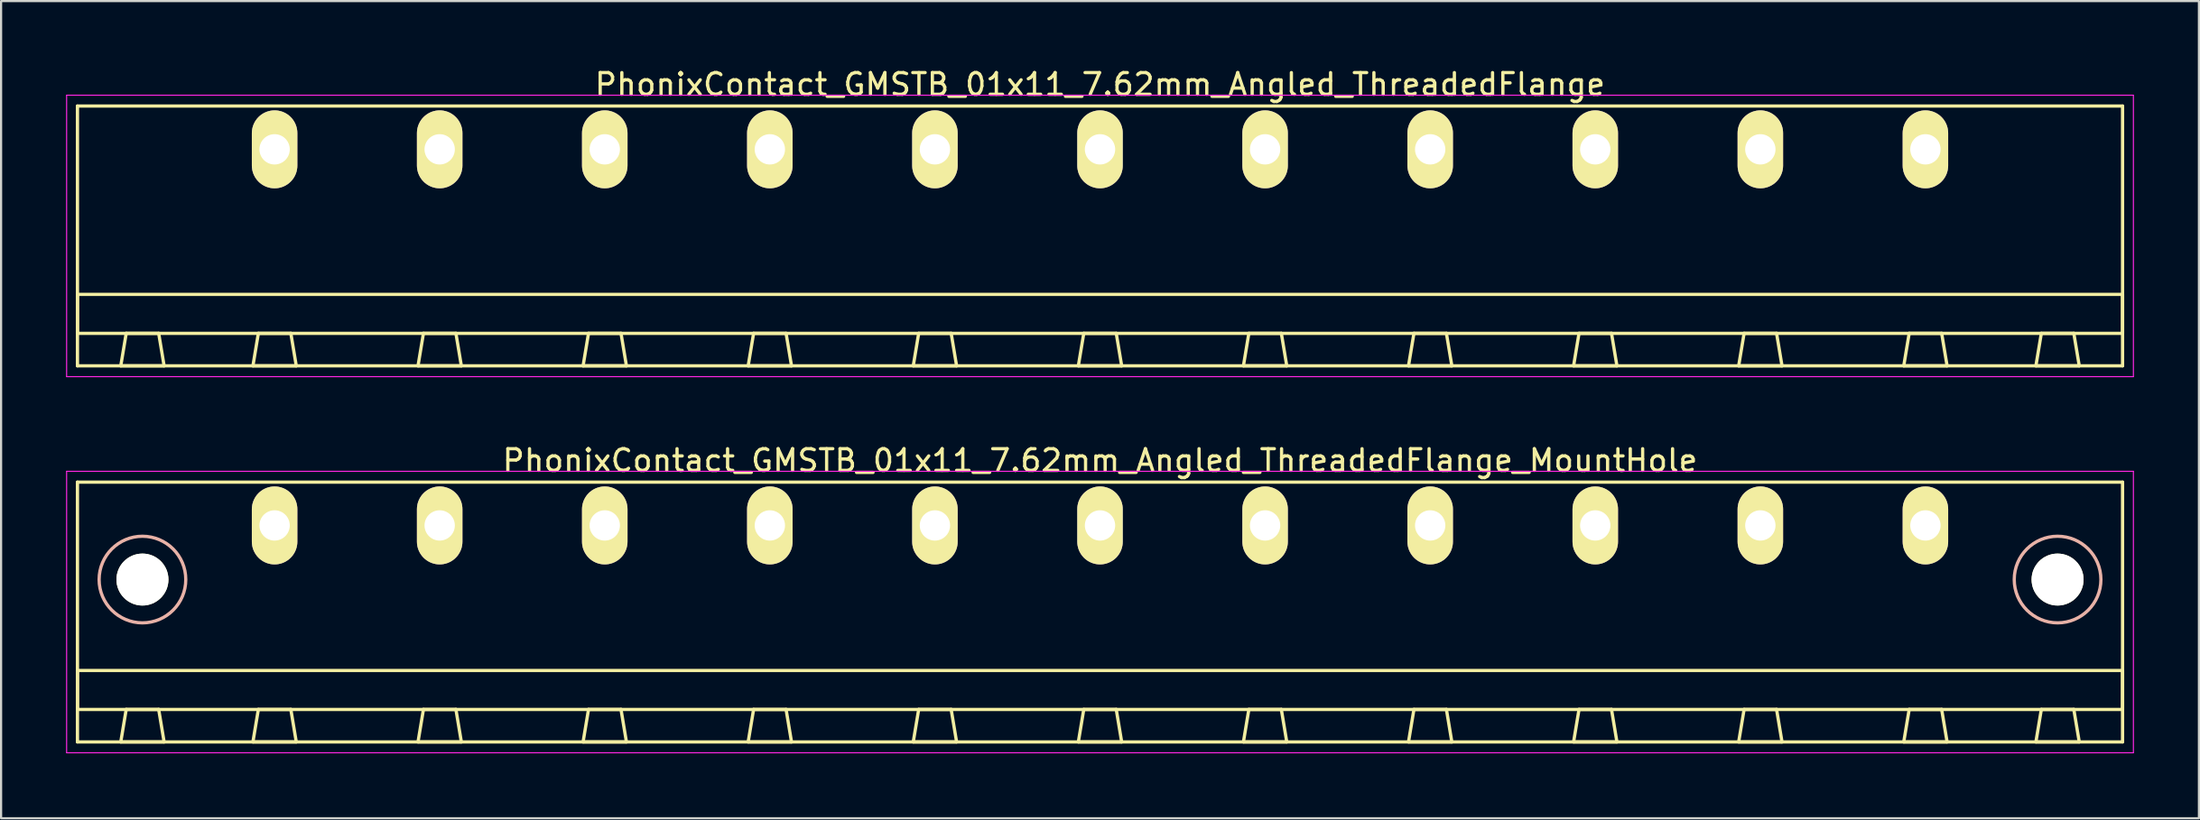
<source format=kicad_pcb>
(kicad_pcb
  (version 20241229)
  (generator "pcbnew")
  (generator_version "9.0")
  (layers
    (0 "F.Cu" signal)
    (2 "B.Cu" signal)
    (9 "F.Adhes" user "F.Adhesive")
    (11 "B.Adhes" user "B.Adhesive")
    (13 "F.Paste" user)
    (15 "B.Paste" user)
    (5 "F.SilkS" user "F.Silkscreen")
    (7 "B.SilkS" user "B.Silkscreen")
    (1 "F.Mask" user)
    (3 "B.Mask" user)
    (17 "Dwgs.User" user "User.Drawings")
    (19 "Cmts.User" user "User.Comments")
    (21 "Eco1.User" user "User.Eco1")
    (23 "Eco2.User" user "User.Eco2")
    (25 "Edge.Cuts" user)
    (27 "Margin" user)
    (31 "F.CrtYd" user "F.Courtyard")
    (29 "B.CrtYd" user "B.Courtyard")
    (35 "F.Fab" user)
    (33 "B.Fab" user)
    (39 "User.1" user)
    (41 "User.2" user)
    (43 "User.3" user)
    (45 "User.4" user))
  (footprint "PhonixContact_GMSTB_01x11_7.62mm_Angled_ThreadedFlange_MountHole"
    (layer "F.Cu")
    (at 9.625 21.221)
    (property "Reference" "PhonixContact_GMSTB_01x11_7.62mm_Angled_ThreadedFlange_MountHole" (at 38.1 -3 0) (layer "F.SilkS") (effects (font (size 1 1) (thickness 0.15))))
    (attr through_hole)
    (fp_line (start -9.1 -2) (end -9.1 10) (stroke (width 0.15) (type solid)) (layer "F.SilkS"))
    (fp_line (start -9.1 6.7) (end 85.3 6.7) (stroke (width 0.15) (type solid)) (layer "F.SilkS"))
    (fp_line (start -9.1 8.5) (end -9.1 6.7) (stroke (width 0.15) (type solid)) (layer "F.SilkS"))
    (fp_line (start -9.1 10) (end 85.3 10) (stroke (width 0.15) (type solid)) (layer "F.SilkS"))
    (fp_line (start -7.1 10) (end -5.1 10) (stroke (width 0.15) (type solid)) (layer "F.SilkS"))
    (fp_line (start -6.85 8.5) (end -7.1 10) (stroke (width 0.15) (type solid)) (layer "F.SilkS"))
    (fp_line (start -5.35 8.5) (end -6.85 8.5) (stroke (width 0.15) (type solid)) (layer "F.SilkS"))
    (fp_line (start -5.1 10) (end -5.35 8.5) (stroke (width 0.15) (type solid)) (layer "F.SilkS"))
    (fp_line (start -1 10) (end 1 10) (stroke (width 0.15) (type solid)) (layer "F.SilkS"))
    (fp_line (start -0.75 8.5) (end -1 10) (stroke (width 0.15) (type solid)) (layer "F.SilkS"))
    (fp_line (start 0.75 8.5) (end -0.75 8.5) (stroke (width 0.15) (type solid)) (layer "F.SilkS"))
    (fp_line (start 1 10) (end 0.75 8.5) (stroke (width 0.15) (type solid)) (layer "F.SilkS"))
    (fp_line (start 6.62 10) (end 8.62 10) (stroke (width 0.15) (type solid)) (layer "F.SilkS"))
    (fp_line (start 6.87 8.5) (end 6.62 10) (stroke (width 0.15) (type solid)) (layer "F.SilkS"))
    (fp_line (start 8.37 8.5) (end 6.87 8.5) (stroke (width 0.15) (type solid)) (layer "F.SilkS"))
    (fp_line (start 8.62 10) (end 8.37 8.5) (stroke (width 0.15) (type solid)) (layer "F.SilkS"))
    (fp_line (start 14.24 10) (end 16.24 10) (stroke (width 0.15) (type solid)) (layer "F.SilkS"))
    (fp_line (start 14.49 8.5) (end 14.24 10) (stroke (width 0.15) (type solid)) (layer "F.SilkS"))
    (fp_line (start 15.99 8.5) (end 14.49 8.5) (stroke (width 0.15) (type solid)) (layer "F.SilkS"))
    (fp_line (start 16.24 10) (end 15.99 8.5) (stroke (width 0.15) (type solid)) (layer "F.SilkS"))
    (fp_line (start 21.86 10) (end 23.86 10) (stroke (width 0.15) (type solid)) (layer "F.SilkS"))
    (fp_line (start 22.11 8.5) (end 21.86 10) (stroke (width 0.15) (type solid)) (layer "F.SilkS"))
    (fp_line (start 23.61 8.5) (end 22.11 8.5) (stroke (width 0.15) (type solid)) (layer "F.SilkS"))
    (fp_line (start 23.86 10) (end 23.61 8.5) (stroke (width 0.15) (type solid)) (layer "F.SilkS"))
    (fp_line (start 29.48 10) (end 31.48 10) (stroke (width 0.15) (type solid)) (layer "F.SilkS"))
    (fp_line (start 29.73 8.5) (end 29.48 10) (stroke (width 0.15) (type solid)) (layer "F.SilkS"))
    (fp_line (start 31.23 8.5) (end 29.73 8.5) (stroke (width 0.15) (type solid)) (layer "F.SilkS"))
    (fp_line (start 31.48 10) (end 31.23 8.5) (stroke (width 0.15) (type solid)) (layer "F.SilkS"))
    (fp_line (start 37.1 10) (end 39.1 10) (stroke (width 0.15) (type solid)) (layer "F.SilkS"))
    (fp_line (start 37.35 8.5) (end 37.1 10) (stroke (width 0.15) (type solid)) (layer "F.SilkS"))
    (fp_line (start 38.85 8.5) (end 37.35 8.5) (stroke (width 0.15) (type solid)) (layer "F.SilkS"))
    (fp_line (start 39.1 10) (end 38.85 8.5) (stroke (width 0.15) (type solid)) (layer "F.SilkS"))
    (fp_line (start 44.72 10) (end 46.72 10) (stroke (width 0.15) (type solid)) (layer "F.SilkS"))
    (fp_line (start 44.97 8.5) (end 44.72 10) (stroke (width 0.15) (type solid)) (layer "F.SilkS"))
    (fp_line (start 46.47 8.5) (end 44.97 8.5) (stroke (width 0.15) (type solid)) (layer "F.SilkS"))
    (fp_line (start 46.72 10) (end 46.47 8.5) (stroke (width 0.15) (type solid)) (layer "F.SilkS"))
    (fp_line (start 52.34 10) (end 54.34 10) (stroke (width 0.15) (type solid)) (layer "F.SilkS"))
    (fp_line (start 52.59 8.5) (end 52.34 10) (stroke (width 0.15) (type solid)) (layer "F.SilkS"))
    (fp_line (start 54.09 8.5) (end 52.59 8.5) (stroke (width 0.15) (type solid)) (layer "F.SilkS"))
    (fp_line (start 54.34 10) (end 54.09 8.5) (stroke (width 0.15) (type solid)) (layer "F.SilkS"))
    (fp_line (start 59.96 10) (end 61.96 10) (stroke (width 0.15) (type solid)) (layer "F.SilkS"))
    (fp_line (start 60.21 8.5) (end 59.96 10) (stroke (width 0.15) (type solid)) (layer "F.SilkS"))
    (fp_line (start 61.71 8.5) (end 60.21 8.5) (stroke (width 0.15) (type solid)) (layer "F.SilkS"))
    (fp_line (start 61.96 10) (end 61.71 8.5) (stroke (width 0.15) (type solid)) (layer "F.SilkS"))
    (fp_line (start 67.58 10) (end 69.58 10) (stroke (width 0.15) (type solid)) (layer "F.SilkS"))
    (fp_line (start 67.83 8.5) (end 67.58 10) (stroke (width 0.15) (type solid)) (layer "F.SilkS"))
    (fp_line (start 69.33 8.5) (end 67.83 8.5) (stroke (width 0.15) (type solid)) (layer "F.SilkS"))
    (fp_line (start 69.58 10) (end 69.33 8.5) (stroke (width 0.15) (type solid)) (layer "F.SilkS"))
    (fp_line (start 75.2 10) (end 77.2 10) (stroke (width 0.15) (type solid)) (layer "F.SilkS"))
    (fp_line (start 75.45 8.5) (end 75.2 10) (stroke (width 0.15) (type solid)) (layer "F.SilkS"))
    (fp_line (start 76.95 8.5) (end 75.45 8.5) (stroke (width 0.15) (type solid)) (layer "F.SilkS"))
    (fp_line (start 77.2 10) (end 76.95 8.5) (stroke (width 0.15) (type solid)) (layer "F.SilkS"))
    (fp_line (start 81.3 10) (end 83.3 10) (stroke (width 0.15) (type solid)) (layer "F.SilkS"))
    (fp_line (start 81.55 8.5) (end 81.3 10) (stroke (width 0.15) (type solid)) (layer "F.SilkS"))
    (fp_line (start 83.05 8.5) (end 81.55 8.5) (stroke (width 0.15) (type solid)) (layer "F.SilkS"))
    (fp_line (start 83.3 10) (end 83.05 8.5) (stroke (width 0.15) (type solid)) (layer "F.SilkS"))
    (fp_line (start 85.3 -2) (end -9.1 -2) (stroke (width 0.15) (type solid)) (layer "F.SilkS"))
    (fp_line (start 85.3 6.7) (end 85.3 8.5) (stroke (width 0.15) (type solid)) (layer "F.SilkS"))
    (fp_line (start 85.3 8.5) (end -9.1 8.5) (stroke (width 0.15) (type solid)) (layer "F.SilkS"))
    (fp_line (start 85.3 10) (end 85.3 -2) (stroke (width 0.15) (type solid)) (layer "F.SilkS"))
    (fp_circle (center -6.1 2.5) (end -4.1 2.5) (stroke (width 0.15) (type solid)) (fill no) (layer "B.SilkS"))
    (fp_circle (center 82.3 2.5) (end 84.3 2.5) (stroke (width 0.15) (type solid)) (fill no) (layer "B.SilkS"))
    (fp_line (start -9.6 -2.5) (end -9.6 10.5) (stroke (width 0.05) (type solid)) (layer "F.CrtYd"))
    (fp_line (start -9.6 10.5) (end 85.8 10.5) (stroke (width 0.05) (type solid)) (layer "F.CrtYd"))
    (fp_line (start 85.8 -2.5) (end -9.6 -2.5) (stroke (width 0.05) (type solid)) (layer "F.CrtYd"))
    (fp_line (start 85.8 10.5) (end 85.8 -2.5) (stroke (width 0.05) (type solid)) (layer "F.CrtYd"))
    (pad "" np_thru_hole circle (at -6.1 2.5) (size 2.4 2.4) (drill 2.4) (layers "*.Cu" "*.Mask" "F.SilkS"))
    (pad "" np_thru_hole circle (at 82.3 2.5) (size 2.4 2.4) (drill 2.4) (layers "*.Cu" "*.Mask" "F.SilkS"))
    (pad "1" thru_hole oval (at 0 0) (size 2.1 3.6) (drill 1.4) (layers "*.Cu" "*.Mask" "F.SilkS"))
    (pad "2" thru_hole oval (at 7.62 0) (size 2.1 3.6) (drill 1.4) (layers "*.Cu" "*.Mask" "F.SilkS"))
    (pad "3" thru_hole oval (at 15.24 0) (size 2.1 3.6) (drill 1.4) (layers "*.Cu" "*.Mask" "F.SilkS"))
    (pad "4" thru_hole oval (at 22.86 0) (size 2.1 3.6) (drill 1.4) (layers "*.Cu" "*.Mask" "F.SilkS"))
    (pad "5" thru_hole oval (at 30.48 0) (size 2.1 3.6) (drill 1.4) (layers "*.Cu" "*.Mask" "F.SilkS"))
    (pad "6" thru_hole oval (at 38.1 0) (size 2.1 3.6) (drill 1.4) (layers "*.Cu" "*.Mask" "F.SilkS"))
    (pad "7" thru_hole oval (at 45.72 0) (size 2.1 3.6) (drill 1.4) (layers "*.Cu" "*.Mask" "F.SilkS"))
    (pad "8" thru_hole oval (at 53.34 0) (size 2.1 3.6) (drill 1.4) (layers "*.Cu" "*.Mask" "F.SilkS"))
    (pad "9" thru_hole oval (at 60.96 0) (size 2.1 3.6) (drill 1.4) (layers "*.Cu" "*.Mask" "F.SilkS"))
    (pad "10" thru_hole oval (at 68.58 0) (size 2.1 3.6) (drill 1.4) (layers "*.Cu" "*.Mask" "F.SilkS"))
    (pad "11" thru_hole oval (at 76.2 0) (size 2.1 3.6) (drill 1.4) (layers "*.Cu" "*.Mask" "F.SilkS")))
  (footprint "PhonixContact_GMSTB_01x11_7.62mm_Angled_ThreadedFlange"
    (layer "F.Cu")
    (at 9.625 3.848)
    (property "Reference" "PhonixContact_GMSTB_01x11_7.62mm_Angled_ThreadedFlange" (at 38.1 -3 0) (layer "F.SilkS") (effects (font (size 1 1) (thickness 0.15))))
    (attr through_hole)
    (fp_line (start -9.1 -2) (end -9.1 10) (stroke (width 0.15) (type solid)) (layer "F.SilkS"))
    (fp_line (start -9.1 6.7) (end 85.3 6.7) (stroke (width 0.15) (type solid)) (layer "F.SilkS"))
    (fp_line (start -9.1 8.5) (end -9.1 6.7) (stroke (width 0.15) (type solid)) (layer "F.SilkS"))
    (fp_line (start -9.1 10) (end 85.3 10) (stroke (width 0.15) (type solid)) (layer "F.SilkS"))
    (fp_line (start -7.1 10) (end -5.1 10) (stroke (width 0.15) (type solid)) (layer "F.SilkS"))
    (fp_line (start -6.85 8.5) (end -7.1 10) (stroke (width 0.15) (type solid)) (layer "F.SilkS"))
    (fp_line (start -5.35 8.5) (end -6.85 8.5) (stroke (width 0.15) (type solid)) (layer "F.SilkS"))
    (fp_line (start -5.1 10) (end -5.35 8.5) (stroke (width 0.15) (type solid)) (layer "F.SilkS"))
    (fp_line (start -1 10) (end 1 10) (stroke (width 0.15) (type solid)) (layer "F.SilkS"))
    (fp_line (start -0.75 8.5) (end -1 10) (stroke (width 0.15) (type solid)) (layer "F.SilkS"))
    (fp_line (start 0.75 8.5) (end -0.75 8.5) (stroke (width 0.15) (type solid)) (layer "F.SilkS"))
    (fp_line (start 1 10) (end 0.75 8.5) (stroke (width 0.15) (type solid)) (layer "F.SilkS"))
    (fp_line (start 6.62 10) (end 8.62 10) (stroke (width 0.15) (type solid)) (layer "F.SilkS"))
    (fp_line (start 6.87 8.5) (end 6.62 10) (stroke (width 0.15) (type solid)) (layer "F.SilkS"))
    (fp_line (start 8.37 8.5) (end 6.87 8.5) (stroke (width 0.15) (type solid)) (layer "F.SilkS"))
    (fp_line (start 8.62 10) (end 8.37 8.5) (stroke (width 0.15) (type solid)) (layer "F.SilkS"))
    (fp_line (start 14.24 10) (end 16.24 10) (stroke (width 0.15) (type solid)) (layer "F.SilkS"))
    (fp_line (start 14.49 8.5) (end 14.24 10) (stroke (width 0.15) (type solid)) (layer "F.SilkS"))
    (fp_line (start 15.99 8.5) (end 14.49 8.5) (stroke (width 0.15) (type solid)) (layer "F.SilkS"))
    (fp_line (start 16.24 10) (end 15.99 8.5) (stroke (width 0.15) (type solid)) (layer "F.SilkS"))
    (fp_line (start 21.86 10) (end 23.86 10) (stroke (width 0.15) (type solid)) (layer "F.SilkS"))
    (fp_line (start 22.11 8.5) (end 21.86 10) (stroke (width 0.15) (type solid)) (layer "F.SilkS"))
    (fp_line (start 23.61 8.5) (end 22.11 8.5) (stroke (width 0.15) (type solid)) (layer "F.SilkS"))
    (fp_line (start 23.86 10) (end 23.61 8.5) (stroke (width 0.15) (type solid)) (layer "F.SilkS"))
    (fp_line (start 29.48 10) (end 31.48 10) (stroke (width 0.15) (type solid)) (layer "F.SilkS"))
    (fp_line (start 29.73 8.5) (end 29.48 10) (stroke (width 0.15) (type solid)) (layer "F.SilkS"))
    (fp_line (start 31.23 8.5) (end 29.73 8.5) (stroke (width 0.15) (type solid)) (layer "F.SilkS"))
    (fp_line (start 31.48 10) (end 31.23 8.5) (stroke (width 0.15) (type solid)) (layer "F.SilkS"))
    (fp_line (start 37.1 10) (end 39.1 10) (stroke (width 0.15) (type solid)) (layer "F.SilkS"))
    (fp_line (start 37.35 8.5) (end 37.1 10) (stroke (width 0.15) (type solid)) (layer "F.SilkS"))
    (fp_line (start 38.85 8.5) (end 37.35 8.5) (stroke (width 0.15) (type solid)) (layer "F.SilkS"))
    (fp_line (start 39.1 10) (end 38.85 8.5) (stroke (width 0.15) (type solid)) (layer "F.SilkS"))
    (fp_line (start 44.72 10) (end 46.72 10) (stroke (width 0.15) (type solid)) (layer "F.SilkS"))
    (fp_line (start 44.97 8.5) (end 44.72 10) (stroke (width 0.15) (type solid)) (layer "F.SilkS"))
    (fp_line (start 46.47 8.5) (end 44.97 8.5) (stroke (width 0.15) (type solid)) (layer "F.SilkS"))
    (fp_line (start 46.72 10) (end 46.47 8.5) (stroke (width 0.15) (type solid)) (layer "F.SilkS"))
    (fp_line (start 52.34 10) (end 54.34 10) (stroke (width 0.15) (type solid)) (layer "F.SilkS"))
    (fp_line (start 52.59 8.5) (end 52.34 10) (stroke (width 0.15) (type solid)) (layer "F.SilkS"))
    (fp_line (start 54.09 8.5) (end 52.59 8.5) (stroke (width 0.15) (type solid)) (layer "F.SilkS"))
    (fp_line (start 54.34 10) (end 54.09 8.5) (stroke (width 0.15) (type solid)) (layer "F.SilkS"))
    (fp_line (start 59.96 10) (end 61.96 10) (stroke (width 0.15) (type solid)) (layer "F.SilkS"))
    (fp_line (start 60.21 8.5) (end 59.96 10) (stroke (width 0.15) (type solid)) (layer "F.SilkS"))
    (fp_line (start 61.71 8.5) (end 60.21 8.5) (stroke (width 0.15) (type solid)) (layer "F.SilkS"))
    (fp_line (start 61.96 10) (end 61.71 8.5) (stroke (width 0.15) (type solid)) (layer "F.SilkS"))
    (fp_line (start 67.58 10) (end 69.58 10) (stroke (width 0.15) (type solid)) (layer "F.SilkS"))
    (fp_line (start 67.83 8.5) (end 67.58 10) (stroke (width 0.15) (type solid)) (layer "F.SilkS"))
    (fp_line (start 69.33 8.5) (end 67.83 8.5) (stroke (width 0.15) (type solid)) (layer "F.SilkS"))
    (fp_line (start 69.58 10) (end 69.33 8.5) (stroke (width 0.15) (type solid)) (layer "F.SilkS"))
    (fp_line (start 75.2 10) (end 77.2 10) (stroke (width 0.15) (type solid)) (layer "F.SilkS"))
    (fp_line (start 75.45 8.5) (end 75.2 10) (stroke (width 0.15) (type solid)) (layer "F.SilkS"))
    (fp_line (start 76.95 8.5) (end 75.45 8.5) (stroke (width 0.15) (type solid)) (layer "F.SilkS"))
    (fp_line (start 77.2 10) (end 76.95 8.5) (stroke (width 0.15) (type solid)) (layer "F.SilkS"))
    (fp_line (start 81.3 10) (end 83.3 10) (stroke (width 0.15) (type solid)) (layer "F.SilkS"))
    (fp_line (start 81.55 8.5) (end 81.3 10) (stroke (width 0.15) (type solid)) (layer "F.SilkS"))
    (fp_line (start 83.05 8.5) (end 81.55 8.5) (stroke (width 0.15) (type solid)) (layer "F.SilkS"))
    (fp_line (start 83.3 10) (end 83.05 8.5) (stroke (width 0.15) (type solid)) (layer "F.SilkS"))
    (fp_line (start 85.3 -2) (end -9.1 -2) (stroke (width 0.15) (type solid)) (layer "F.SilkS"))
    (fp_line (start 85.3 6.7) (end 85.3 8.5) (stroke (width 0.15) (type solid)) (layer "F.SilkS"))
    (fp_line (start 85.3 8.5) (end -9.1 8.5) (stroke (width 0.15) (type solid)) (layer "F.SilkS"))
    (fp_line (start 85.3 10) (end 85.3 -2) (stroke (width 0.15) (type solid)) (layer "F.SilkS"))
    (fp_line (start -9.6 -2.5) (end -9.6 10.5) (stroke (width 0.05) (type solid)) (layer "F.CrtYd"))
    (fp_line (start -9.6 10.5) (end 85.8 10.5) (stroke (width 0.05) (type solid)) (layer "F.CrtYd"))
    (fp_line (start 85.8 -2.5) (end -9.6 -2.5) (stroke (width 0.05) (type solid)) (layer "F.CrtYd"))
    (fp_line (start 85.8 10.5) (end 85.8 -2.5) (stroke (width 0.05) (type solid)) (layer "F.CrtYd"))
    (pad "1" thru_hole oval (at 0 0) (size 2.1 3.6) (drill 1.4) (layers "*.Cu" "*.Mask" "F.SilkS"))
    (pad "2" thru_hole oval (at 7.62 0) (size 2.1 3.6) (drill 1.4) (layers "*.Cu" "*.Mask" "F.SilkS"))
    (pad "3" thru_hole oval (at 15.24 0) (size 2.1 3.6) (drill 1.4) (layers "*.Cu" "*.Mask" "F.SilkS"))
    (pad "4" thru_hole oval (at 22.86 0) (size 2.1 3.6) (drill 1.4) (layers "*.Cu" "*.Mask" "F.SilkS"))
    (pad "5" thru_hole oval (at 30.48 0) (size 2.1 3.6) (drill 1.4) (layers "*.Cu" "*.Mask" "F.SilkS"))
    (pad "6" thru_hole oval (at 38.1 0) (size 2.1 3.6) (drill 1.4) (layers "*.Cu" "*.Mask" "F.SilkS"))
    (pad "7" thru_hole oval (at 45.72 0) (size 2.1 3.6) (drill 1.4) (layers "*.Cu" "*.Mask" "F.SilkS"))
    (pad "8" thru_hole oval (at 53.34 0) (size 2.1 3.6) (drill 1.4) (layers "*.Cu" "*.Mask" "F.SilkS"))
    (pad "9" thru_hole oval (at 60.96 0) (size 2.1 3.6) (drill 1.4) (layers "*.Cu" "*.Mask" "F.SilkS"))
    (pad "10" thru_hole oval (at 68.58 0) (size 2.1 3.6) (drill 1.4) (layers "*.Cu" "*.Mask" "F.SilkS"))
    (pad "11" thru_hole oval (at 76.2 0) (size 2.1 3.6) (drill 1.4) (layers "*.Cu" "*.Mask" "F.SilkS")))
  (gr_rect
    (start -3 -3)
    (end 98.45 34.746)
    (stroke (width 0.1) (type default))
    (fill no)
    (layer "Edge.Cuts")))
</source>
